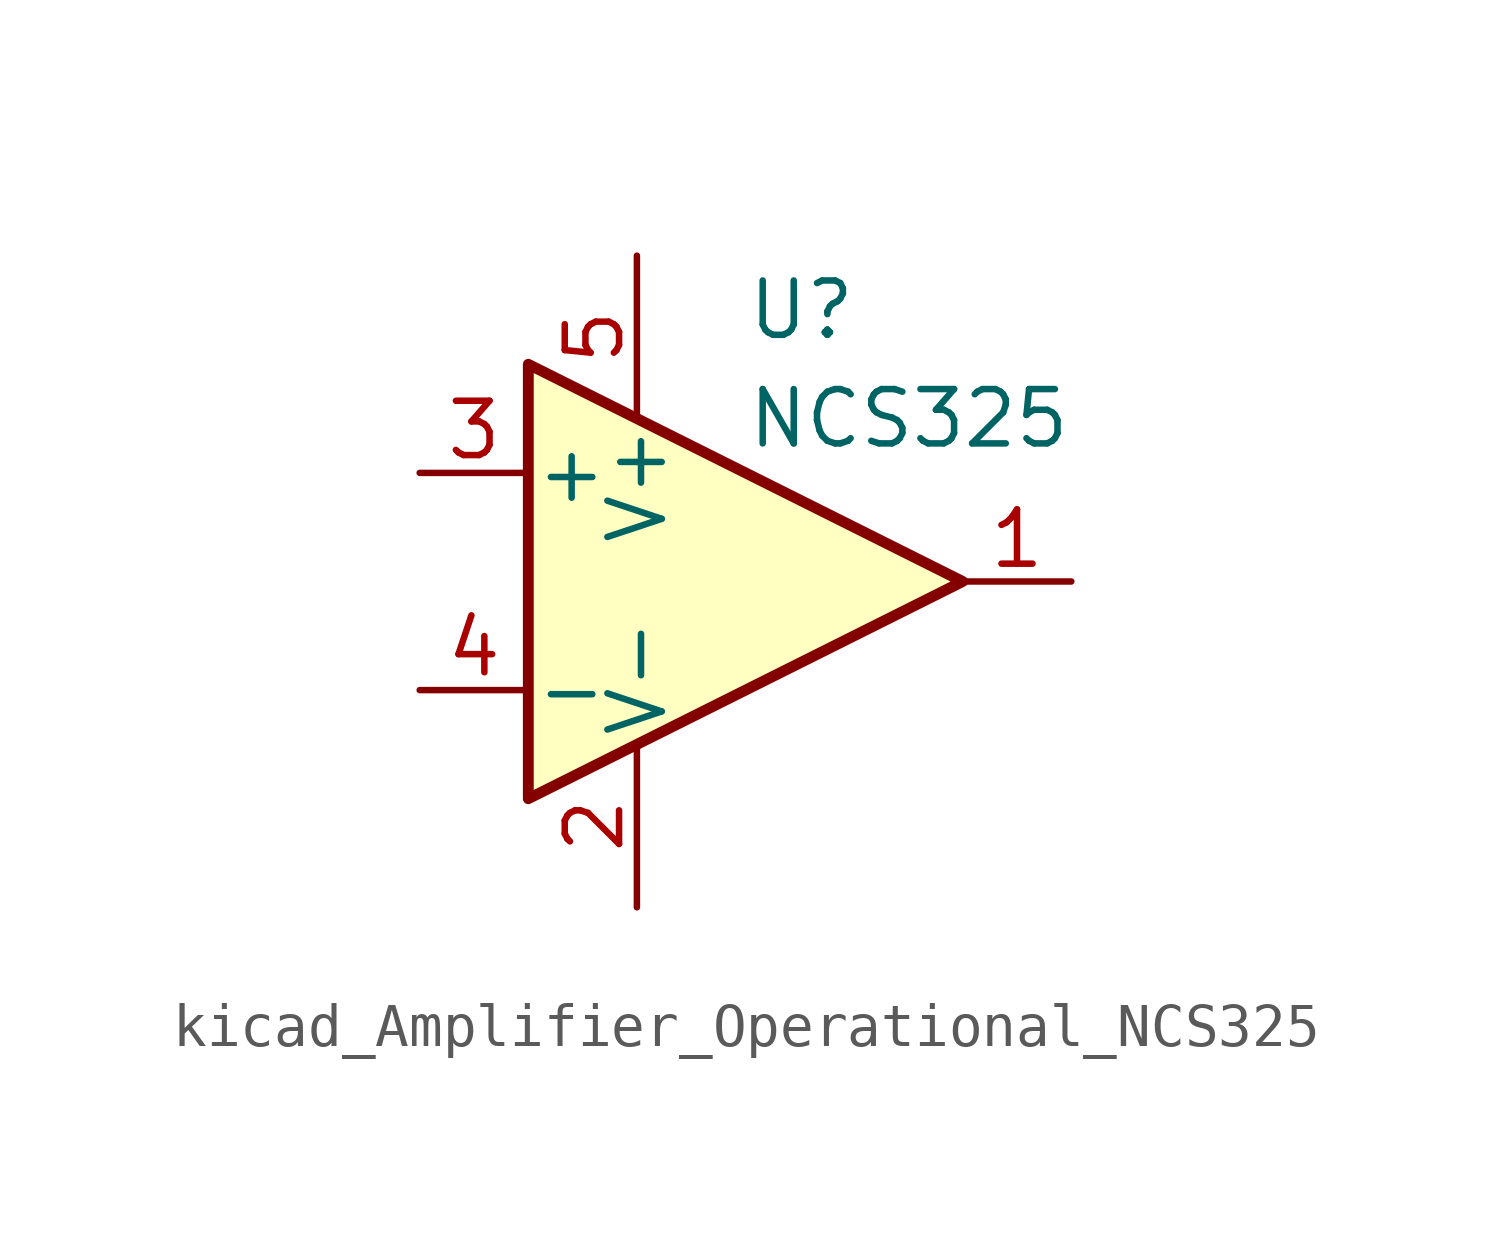
<source format=kicad_sym>
(kicad_symbol_lib
  (version 20220914)
  (generator kicad_symbol_editor)
  (symbol "kicad_Amplifier_Operational_NCS325"
    (pin_names
      (offset 0.127))
    (property "Reference" "U"
      (at 0 6.35 0)
      (effects (font (size 1.27 1.27)) (justify left)))
    (property "Value" "NCS325"
      (at 0 3.81 0)
      (effects (font (size 1.27 1.27)) (justify left)))
    (symbol "kicad_Amplifier_Operational_NCS325_0_1"
      (polyline (pts (xy -5.08 5.08) (xy 5.08 0) (xy -5.08 -5.08) (xy -5.08 5.08)) (stroke (width 0.254) (type default)) (fill (type background))))
    (symbol "kicad_Amplifier_Operational_NCS325_1_1"
      (pin output line (at 7.62 0 180) (length 2.54) (name "~" (effects (font (size 1.27 1.27)))) (number "1" (effects (font (size 1.27 1.27)))))
      (pin power_in line (at -2.54 -7.62 90) (length 3.81) (name "V-" (effects (font (size 1.27 1.27)))) (number "2" (effects (font (size 1.27 1.27)))))
      (pin input line (at -7.62 2.54 0) (length 2.54) (name "+" (effects (font (size 1.27 1.27)))) (number "3" (effects (font (size 1.27 1.27)))))
      (pin input line (at -7.62 -2.54 0) (length 2.54) (name "-" (effects (font (size 1.27 1.27)))) (number "4" (effects (font (size 1.27 1.27)))))
      (pin power_in line (at -2.54 7.62 270) (length 3.81) (name "V+" (effects (font (size 1.27 1.27)))) (number "5" (effects (font (size 1.27 1.27))))))))
</source>
